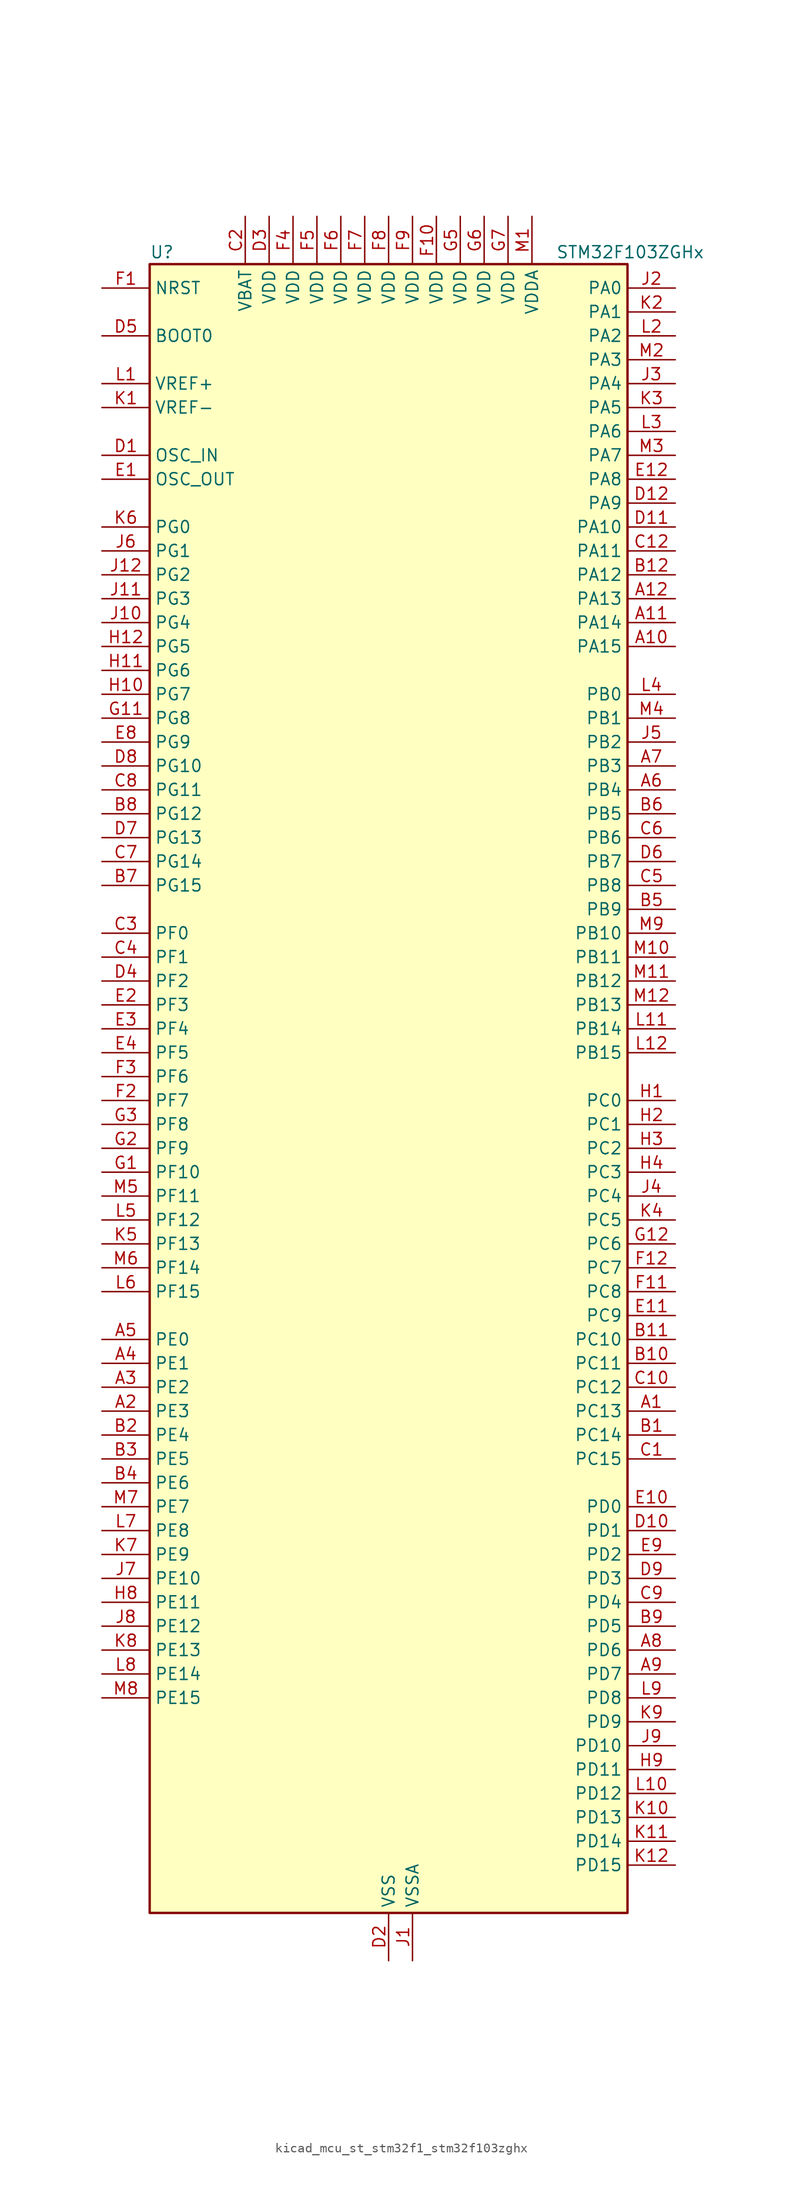
<source format=kicad_sym>
(kicad_symbol_lib
  (version 20220914)
  (generator kicad_symbol_editor)
  (symbol "kicad_mcu_st_stm32f1_stm32f103zghx"
    (property "Reference" "U"
      (at -25.4 90.17 0)
      (effects (font (size 1.27 1.27)) (justify left)))
    (property "Value" "STM32F103ZGHx"
      (at 17.78 90.17 0)
      (effects (font (size 1.27 1.27)) (justify left)))
    (property "ki_locked" ""
      (at 0 0 0)
      (effects (font (size 1.27 1.27))))
    (symbol "kicad_mcu_st_stm32f1_stm32f103zghx_0_1"
      (rectangle (start -25.4 -86.36) (end 25.4 88.9) (stroke (width 0.254) (type default)) (fill (type background))))
    (symbol "kicad_mcu_st_stm32f1_stm32f103zghx_1_1"
      (pin bidirectional line (at 30.48 -33.02 180) (length 5.08) (name "PC13" (effects (font (size 1.27 1.27)))) (number "A1" (effects (font (size 1.27 1.27)))) (alternate "RTC_OUT" bidirectional line) (alternate "RTC_TAMPER" bidirectional line))
      (pin bidirectional line (at 30.48 48.26 180) (length 5.08) (name "PA15" (effects (font (size 1.27 1.27)))) (number "A10" (effects (font (size 1.27 1.27)))) (alternate "ADC1_EXTI15" bidirectional line) (alternate "ADC2_EXTI15" bidirectional line) (alternate "I2S3_WS" bidirectional line) (alternate "SPI1_NSS" bidirectional line) (alternate "SPI3_NSS" bidirectional line) (alternate "SYS_JTDI" bidirectional line) (alternate "TIM2_CH1" bidirectional line) (alternate "TIM2_ETR" bidirectional line))
      (pin bidirectional line (at 30.48 50.8 180) (length 5.08) (name "PA14" (effects (font (size 1.27 1.27)))) (number "A11" (effects (font (size 1.27 1.27)))) (alternate "SYS_JTCK-SWCLK" bidirectional line))
      (pin bidirectional line (at 30.48 53.34 180) (length 5.08) (name "PA13" (effects (font (size 1.27 1.27)))) (number "A12" (effects (font (size 1.27 1.27)))) (alternate "SYS_JTMS-SWDIO" bidirectional line))
      (pin bidirectional line (at -30.48 -33.02 0) (length 5.08) (name "PE3" (effects (font (size 1.27 1.27)))) (number "A2" (effects (font (size 1.27 1.27)))) (alternate "FSMC_A19" bidirectional line) (alternate "SYS_TRACED0" bidirectional line))
      (pin bidirectional line (at -30.48 -30.48 0) (length 5.08) (name "PE2" (effects (font (size 1.27 1.27)))) (number "A3" (effects (font (size 1.27 1.27)))) (alternate "FSMC_A23" bidirectional line) (alternate "SYS_TRACECLK" bidirectional line))
      (pin bidirectional line (at -30.48 -27.94 0) (length 5.08) (name "PE1" (effects (font (size 1.27 1.27)))) (number "A4" (effects (font (size 1.27 1.27)))) (alternate "FSMC_NBL1" bidirectional line))
      (pin bidirectional line (at -30.48 -25.4 0) (length 5.08) (name "PE0" (effects (font (size 1.27 1.27)))) (number "A5" (effects (font (size 1.27 1.27)))) (alternate "FSMC_NBL0" bidirectional line) (alternate "TIM4_ETR" bidirectional line))
      (pin bidirectional line (at 30.48 33.02 180) (length 5.08) (name "PB4" (effects (font (size 1.27 1.27)))) (number "A6" (effects (font (size 1.27 1.27)))) (alternate "SPI1_MISO" bidirectional line) (alternate "SPI3_MISO" bidirectional line) (alternate "SYS_NJTRST" bidirectional line) (alternate "TIM3_CH1" bidirectional line))
      (pin bidirectional line (at 30.48 35.56 180) (length 5.08) (name "PB3" (effects (font (size 1.27 1.27)))) (number "A7" (effects (font (size 1.27 1.27)))) (alternate "I2S3_CK" bidirectional line) (alternate "SPI1_SCK" bidirectional line) (alternate "SPI3_SCK" bidirectional line) (alternate "SYS_JTDO-TRACESWO" bidirectional line) (alternate "TIM2_CH2" bidirectional line))
      (pin bidirectional line (at 30.48 -58.42 180) (length 5.08) (name "PD6" (effects (font (size 1.27 1.27)))) (number "A8" (effects (font (size 1.27 1.27)))) (alternate "FSMC_NWAIT" bidirectional line) (alternate "USART2_RX" bidirectional line))
      (pin bidirectional line (at 30.48 -60.96 180) (length 5.08) (name "PD7" (effects (font (size 1.27 1.27)))) (number "A9" (effects (font (size 1.27 1.27)))) (alternate "FSMC_NCE2" bidirectional line) (alternate "FSMC_NE1" bidirectional line) (alternate "USART2_CK" bidirectional line))
      (pin bidirectional line (at 30.48 -35.56 180) (length 5.08) (name "PC14" (effects (font (size 1.27 1.27)))) (number "B1" (effects (font (size 1.27 1.27)))) (alternate "RCC_OSC32_IN" bidirectional line))
      (pin bidirectional line (at 30.48 -27.94 180) (length 5.08) (name "PC11" (effects (font (size 1.27 1.27)))) (number "B10" (effects (font (size 1.27 1.27)))) (alternate "ADC1_EXTI11" bidirectional line) (alternate "ADC2_EXTI11" bidirectional line) (alternate "SDIO_D3" bidirectional line) (alternate "UART4_RX" bidirectional line) (alternate "USART3_RX" bidirectional line))
      (pin bidirectional line (at 30.48 -25.4 180) (length 5.08) (name "PC10" (effects (font (size 1.27 1.27)))) (number "B11" (effects (font (size 1.27 1.27)))) (alternate "SDIO_D2" bidirectional line) (alternate "UART4_TX" bidirectional line) (alternate "USART3_TX" bidirectional line))
      (pin bidirectional line (at 30.48 55.88 180) (length 5.08) (name "PA12" (effects (font (size 1.27 1.27)))) (number "B12" (effects (font (size 1.27 1.27)))) (alternate "CAN_TX" bidirectional line) (alternate "TIM1_ETR" bidirectional line) (alternate "USART1_RTS" bidirectional line) (alternate "USB_DP" bidirectional line))
      (pin bidirectional line (at -30.48 -35.56 0) (length 5.08) (name "PE4" (effects (font (size 1.27 1.27)))) (number "B2" (effects (font (size 1.27 1.27)))) (alternate "FSMC_A20" bidirectional line) (alternate "SYS_TRACED1" bidirectional line))
      (pin bidirectional line (at -30.48 -38.1 0) (length 5.08) (name "PE5" (effects (font (size 1.27 1.27)))) (number "B3" (effects (font (size 1.27 1.27)))) (alternate "FSMC_A21" bidirectional line) (alternate "SYS_TRACED2" bidirectional line) (alternate "TIM9_CH1" bidirectional line))
      (pin bidirectional line (at -30.48 -40.64 0) (length 5.08) (name "PE6" (effects (font (size 1.27 1.27)))) (number "B4" (effects (font (size 1.27 1.27)))) (alternate "FSMC_A22" bidirectional line) (alternate "SYS_TRACED3" bidirectional line) (alternate "TIM9_CH2" bidirectional line))
      (pin bidirectional line (at 30.48 20.32 180) (length 5.08) (name "PB9" (effects (font (size 1.27 1.27)))) (number "B5" (effects (font (size 1.27 1.27)))) (alternate "CAN_TX" bidirectional line) (alternate "DAC_EXTI9" bidirectional line) (alternate "I2C1_SDA" bidirectional line) (alternate "SDIO_D5" bidirectional line) (alternate "TIM11_CH1" bidirectional line) (alternate "TIM4_CH4" bidirectional line))
      (pin bidirectional line (at 30.48 30.48 180) (length 5.08) (name "PB5" (effects (font (size 1.27 1.27)))) (number "B6" (effects (font (size 1.27 1.27)))) (alternate "I2C1_SMBA" bidirectional line) (alternate "I2S3_SD" bidirectional line) (alternate "SPI1_MOSI" bidirectional line) (alternate "SPI3_MOSI" bidirectional line) (alternate "TIM3_CH2" bidirectional line))
      (pin bidirectional line (at -30.48 22.86 0) (length 5.08) (name "PG15" (effects (font (size 1.27 1.27)))) (number "B7" (effects (font (size 1.27 1.27)))) (alternate "ADC1_EXTI15" bidirectional line) (alternate "ADC2_EXTI15" bidirectional line))
      (pin bidirectional line (at -30.48 30.48 0) (length 5.08) (name "PG12" (effects (font (size 1.27 1.27)))) (number "B8" (effects (font (size 1.27 1.27)))) (alternate "FSMC_NE4" bidirectional line))
      (pin bidirectional line (at 30.48 -55.88 180) (length 5.08) (name "PD5" (effects (font (size 1.27 1.27)))) (number "B9" (effects (font (size 1.27 1.27)))) (alternate "FSMC_NWE" bidirectional line) (alternate "USART2_TX" bidirectional line))
      (pin bidirectional line (at 30.48 -38.1 180) (length 5.08) (name "PC15" (effects (font (size 1.27 1.27)))) (number "C1" (effects (font (size 1.27 1.27)))) (alternate "ADC1_EXTI15" bidirectional line) (alternate "ADC2_EXTI15" bidirectional line) (alternate "RCC_OSC32_OUT" bidirectional line))
      (pin bidirectional line (at 30.48 -30.48 180) (length 5.08) (name "PC12" (effects (font (size 1.27 1.27)))) (number "C10" (effects (font (size 1.27 1.27)))) (alternate "SDIO_CK" bidirectional line) (alternate "UART5_TX" bidirectional line) (alternate "USART3_CK" bidirectional line))
      (pin no_connect line (at -25.4 -86.36 0) (length 5.08) hide (name "NC" (effects (font (size 1.27 1.27)))) (number "C11" (effects (font (size 1.27 1.27)))))
      (pin bidirectional line (at 30.48 58.42 180) (length 5.08) (name "PA11" (effects (font (size 1.27 1.27)))) (number "C12" (effects (font (size 1.27 1.27)))) (alternate "ADC1_EXTI11" bidirectional line) (alternate "ADC2_EXTI11" bidirectional line) (alternate "CAN_RX" bidirectional line) (alternate "TIM1_CH4" bidirectional line) (alternate "USART1_CTS" bidirectional line) (alternate "USB_DM" bidirectional line))
      (pin power_in line (at -15.24 93.98 270) (length 5.08) (name "VBAT" (effects (font (size 1.27 1.27)))) (number "C2" (effects (font (size 1.27 1.27)))))
      (pin bidirectional line (at -30.48 17.78 0) (length 5.08) (name "PF0" (effects (font (size 1.27 1.27)))) (number "C3" (effects (font (size 1.27 1.27)))) (alternate "FSMC_A0" bidirectional line))
      (pin bidirectional line (at -30.48 15.24 0) (length 5.08) (name "PF1" (effects (font (size 1.27 1.27)))) (number "C4" (effects (font (size 1.27 1.27)))) (alternate "FSMC_A1" bidirectional line))
      (pin bidirectional line (at 30.48 22.86 180) (length 5.08) (name "PB8" (effects (font (size 1.27 1.27)))) (number "C5" (effects (font (size 1.27 1.27)))) (alternate "CAN_RX" bidirectional line) (alternate "I2C1_SCL" bidirectional line) (alternate "SDIO_D4" bidirectional line) (alternate "TIM10_CH1" bidirectional line) (alternate "TIM4_CH3" bidirectional line))
      (pin bidirectional line (at 30.48 27.94 180) (length 5.08) (name "PB6" (effects (font (size 1.27 1.27)))) (number "C6" (effects (font (size 1.27 1.27)))) (alternate "I2C1_SCL" bidirectional line) (alternate "TIM4_CH1" bidirectional line) (alternate "USART1_TX" bidirectional line))
      (pin bidirectional line (at -30.48 25.4 0) (length 5.08) (name "PG14" (effects (font (size 1.27 1.27)))) (number "C7" (effects (font (size 1.27 1.27)))) (alternate "FSMC_A25" bidirectional line))
      (pin bidirectional line (at -30.48 33.02 0) (length 5.08) (name "PG11" (effects (font (size 1.27 1.27)))) (number "C8" (effects (font (size 1.27 1.27)))) (alternate "ADC1_EXTI11" bidirectional line) (alternate "ADC2_EXTI11" bidirectional line) (alternate "FSMC_NCE4_2" bidirectional line))
      (pin bidirectional line (at 30.48 -53.34 180) (length 5.08) (name "PD4" (effects (font (size 1.27 1.27)))) (number "C9" (effects (font (size 1.27 1.27)))) (alternate "FSMC_NOE" bidirectional line) (alternate "USART2_RTS" bidirectional line))
      (pin input line (at -30.48 68.58 0) (length 5.08) (name "OSC_IN" (effects (font (size 1.27 1.27)))) (number "D1" (effects (font (size 1.27 1.27)))) (alternate "RCC_OSC_IN" bidirectional line))
      (pin bidirectional line (at 30.48 -45.72 180) (length 5.08) (name "PD1" (effects (font (size 1.27 1.27)))) (number "D10" (effects (font (size 1.27 1.27)))) (alternate "CAN_TX" bidirectional line) (alternate "FSMC_D3" bidirectional line) (alternate "FSMC_DA3" bidirectional line))
      (pin bidirectional line (at 30.48 60.96 180) (length 5.08) (name "PA10" (effects (font (size 1.27 1.27)))) (number "D11" (effects (font (size 1.27 1.27)))) (alternate "TIM1_CH3" bidirectional line) (alternate "USART1_RX" bidirectional line))
      (pin bidirectional line (at 30.48 63.5 180) (length 5.08) (name "PA9" (effects (font (size 1.27 1.27)))) (number "D12" (effects (font (size 1.27 1.27)))) (alternate "DAC_EXTI9" bidirectional line) (alternate "TIM1_CH2" bidirectional line) (alternate "USART1_TX" bidirectional line))
      (pin power_in line (at 0 -91.44 90) (length 5.08) (name "VSS" (effects (font (size 1.27 1.27)))) (number "D2" (effects (font (size 1.27 1.27)))))
      (pin power_in line (at -12.7 93.98 270) (length 5.08) (name "VDD" (effects (font (size 1.27 1.27)))) (number "D3" (effects (font (size 1.27 1.27)))))
      (pin bidirectional line (at -30.48 12.7 0) (length 5.08) (name "PF2" (effects (font (size 1.27 1.27)))) (number "D4" (effects (font (size 1.27 1.27)))) (alternate "FSMC_A2" bidirectional line))
      (pin input line (at -30.48 81.28 0) (length 5.08) (name "BOOT0" (effects (font (size 1.27 1.27)))) (number "D5" (effects (font (size 1.27 1.27)))))
      (pin bidirectional line (at 30.48 25.4 180) (length 5.08) (name "PB7" (effects (font (size 1.27 1.27)))) (number "D6" (effects (font (size 1.27 1.27)))) (alternate "FSMC_NL" bidirectional line) (alternate "I2C1_SDA" bidirectional line) (alternate "TIM4_CH2" bidirectional line) (alternate "USART1_RX" bidirectional line))
      (pin bidirectional line (at -30.48 27.94 0) (length 5.08) (name "PG13" (effects (font (size 1.27 1.27)))) (number "D7" (effects (font (size 1.27 1.27)))) (alternate "FSMC_A24" bidirectional line))
      (pin bidirectional line (at -30.48 35.56 0) (length 5.08) (name "PG10" (effects (font (size 1.27 1.27)))) (number "D8" (effects (font (size 1.27 1.27)))) (alternate "FSMC_NCE4_1" bidirectional line) (alternate "FSMC_NE3" bidirectional line))
      (pin bidirectional line (at 30.48 -50.8 180) (length 5.08) (name "PD3" (effects (font (size 1.27 1.27)))) (number "D9" (effects (font (size 1.27 1.27)))) (alternate "FSMC_CLK" bidirectional line) (alternate "USART2_CTS" bidirectional line))
      (pin input line (at -30.48 66.04 0) (length 5.08) (name "OSC_OUT" (effects (font (size 1.27 1.27)))) (number "E1" (effects (font (size 1.27 1.27)))) (alternate "RCC_OSC_OUT" bidirectional line))
      (pin bidirectional line (at 30.48 -43.18 180) (length 5.08) (name "PD0" (effects (font (size 1.27 1.27)))) (number "E10" (effects (font (size 1.27 1.27)))) (alternate "CAN_RX" bidirectional line) (alternate "FSMC_D2" bidirectional line) (alternate "FSMC_DA2" bidirectional line))
      (pin bidirectional line (at 30.48 -22.86 180) (length 5.08) (name "PC9" (effects (font (size 1.27 1.27)))) (number "E11" (effects (font (size 1.27 1.27)))) (alternate "DAC_EXTI9" bidirectional line) (alternate "SDIO_D1" bidirectional line) (alternate "TIM3_CH4" bidirectional line) (alternate "TIM8_CH4" bidirectional line))
      (pin bidirectional line (at 30.48 66.04 180) (length 5.08) (name "PA8" (effects (font (size 1.27 1.27)))) (number "E12" (effects (font (size 1.27 1.27)))) (alternate "RCC_MCO" bidirectional line) (alternate "TIM1_CH1" bidirectional line) (alternate "USART1_CK" bidirectional line))
      (pin bidirectional line (at -30.48 10.16 0) (length 5.08) (name "PF3" (effects (font (size 1.27 1.27)))) (number "E2" (effects (font (size 1.27 1.27)))) (alternate "FSMC_A3" bidirectional line))
      (pin bidirectional line (at -30.48 7.62 0) (length 5.08) (name "PF4" (effects (font (size 1.27 1.27)))) (number "E3" (effects (font (size 1.27 1.27)))) (alternate "FSMC_A4" bidirectional line))
      (pin bidirectional line (at -30.48 5.08 0) (length 5.08) (name "PF5" (effects (font (size 1.27 1.27)))) (number "E4" (effects (font (size 1.27 1.27)))) (alternate "FSMC_A5" bidirectional line))
      (pin passive line (at 0 -91.44 90) (length 5.08) hide (name "VSS" (effects (font (size 1.27 1.27)))) (number "E5" (effects (font (size 1.27 1.27)))))
      (pin passive line (at 0 -91.44 90) (length 5.08) hide (name "VSS" (effects (font (size 1.27 1.27)))) (number "E6" (effects (font (size 1.27 1.27)))))
      (pin passive line (at 0 -91.44 90) (length 5.08) hide (name "VSS" (effects (font (size 1.27 1.27)))) (number "E7" (effects (font (size 1.27 1.27)))))
      (pin bidirectional line (at -30.48 38.1 0) (length 5.08) (name "PG9" (effects (font (size 1.27 1.27)))) (number "E8" (effects (font (size 1.27 1.27)))) (alternate "DAC_EXTI9" bidirectional line) (alternate "FSMC_NCE3" bidirectional line) (alternate "FSMC_NE2" bidirectional line))
      (pin bidirectional line (at 30.48 -48.26 180) (length 5.08) (name "PD2" (effects (font (size 1.27 1.27)))) (number "E9" (effects (font (size 1.27 1.27)))) (alternate "SDIO_CMD" bidirectional line) (alternate "TIM3_ETR" bidirectional line) (alternate "UART5_RX" bidirectional line))
      (pin input line (at -30.48 86.36 0) (length 5.08) (name "NRST" (effects (font (size 1.27 1.27)))) (number "F1" (effects (font (size 1.27 1.27)))))
      (pin power_in line (at 5.08 93.98 270) (length 5.08) (name "VDD" (effects (font (size 1.27 1.27)))) (number "F10" (effects (font (size 1.27 1.27)))))
      (pin bidirectional line (at 30.48 -20.32 180) (length 5.08) (name "PC8" (effects (font (size 1.27 1.27)))) (number "F11" (effects (font (size 1.27 1.27)))) (alternate "SDIO_D0" bidirectional line) (alternate "TIM3_CH3" bidirectional line) (alternate "TIM8_CH3" bidirectional line))
      (pin bidirectional line (at 30.48 -17.78 180) (length 5.08) (name "PC7" (effects (font (size 1.27 1.27)))) (number "F12" (effects (font (size 1.27 1.27)))) (alternate "I2S3_MCK" bidirectional line) (alternate "SDIO_D7" bidirectional line) (alternate "TIM3_CH2" bidirectional line) (alternate "TIM8_CH2" bidirectional line))
      (pin bidirectional line (at -30.48 0 0) (length 5.08) (name "PF7" (effects (font (size 1.27 1.27)))) (number "F2" (effects (font (size 1.27 1.27)))) (alternate "ADC3_IN5" bidirectional line) (alternate "FSMC_NREG" bidirectional line) (alternate "TIM11_CH1" bidirectional line))
      (pin bidirectional line (at -30.48 2.54 0) (length 5.08) (name "PF6" (effects (font (size 1.27 1.27)))) (number "F3" (effects (font (size 1.27 1.27)))) (alternate "ADC3_IN4" bidirectional line) (alternate "FSMC_NIORD" bidirectional line) (alternate "TIM10_CH1" bidirectional line))
      (pin power_in line (at -10.16 93.98 270) (length 5.08) (name "VDD" (effects (font (size 1.27 1.27)))) (number "F4" (effects (font (size 1.27 1.27)))))
      (pin power_in line (at -7.62 93.98 270) (length 5.08) (name "VDD" (effects (font (size 1.27 1.27)))) (number "F5" (effects (font (size 1.27 1.27)))))
      (pin power_in line (at -5.08 93.98 270) (length 5.08) (name "VDD" (effects (font (size 1.27 1.27)))) (number "F6" (effects (font (size 1.27 1.27)))))
      (pin power_in line (at -2.54 93.98 270) (length 5.08) (name "VDD" (effects (font (size 1.27 1.27)))) (number "F7" (effects (font (size 1.27 1.27)))))
      (pin power_in line (at 0 93.98 270) (length 5.08) (name "VDD" (effects (font (size 1.27 1.27)))) (number "F8" (effects (font (size 1.27 1.27)))))
      (pin power_in line (at 2.54 93.98 270) (length 5.08) (name "VDD" (effects (font (size 1.27 1.27)))) (number "F9" (effects (font (size 1.27 1.27)))))
      (pin bidirectional line (at -30.48 -7.62 0) (length 5.08) (name "PF10" (effects (font (size 1.27 1.27)))) (number "G1" (effects (font (size 1.27 1.27)))) (alternate "ADC3_IN8" bidirectional line) (alternate "FSMC_INTR" bidirectional line))
      (pin passive line (at 0 -91.44 90) (length 5.08) hide (name "VSS" (effects (font (size 1.27 1.27)))) (number "G10" (effects (font (size 1.27 1.27)))))
      (pin bidirectional line (at -30.48 40.64 0) (length 5.08) (name "PG8" (effects (font (size 1.27 1.27)))) (number "G11" (effects (font (size 1.27 1.27)))))
      (pin bidirectional line (at 30.48 -15.24 180) (length 5.08) (name "PC6" (effects (font (size 1.27 1.27)))) (number "G12" (effects (font (size 1.27 1.27)))) (alternate "I2S2_MCK" bidirectional line) (alternate "SDIO_D6" bidirectional line) (alternate "TIM3_CH1" bidirectional line) (alternate "TIM8_CH1" bidirectional line))
      (pin bidirectional line (at -30.48 -5.08 0) (length 5.08) (name "PF9" (effects (font (size 1.27 1.27)))) (number "G2" (effects (font (size 1.27 1.27)))) (alternate "ADC3_IN7" bidirectional line) (alternate "DAC_EXTI9" bidirectional line) (alternate "FSMC_CD" bidirectional line) (alternate "TIM14_CH1" bidirectional line))
      (pin bidirectional line (at -30.48 -2.54 0) (length 5.08) (name "PF8" (effects (font (size 1.27 1.27)))) (number "G3" (effects (font (size 1.27 1.27)))) (alternate "ADC3_IN6" bidirectional line) (alternate "FSMC_NIOWR" bidirectional line) (alternate "TIM13_CH1" bidirectional line))
      (pin passive line (at 0 -91.44 90) (length 5.08) hide (name "VSS" (effects (font (size 1.27 1.27)))) (number "G4" (effects (font (size 1.27 1.27)))))
      (pin power_in line (at 7.62 93.98 270) (length 5.08) (name "VDD" (effects (font (size 1.27 1.27)))) (number "G5" (effects (font (size 1.27 1.27)))))
      (pin power_in line (at 10.16 93.98 270) (length 5.08) (name "VDD" (effects (font (size 1.27 1.27)))) (number "G6" (effects (font (size 1.27 1.27)))))
      (pin power_in line (at 12.7 93.98 270) (length 5.08) (name "VDD" (effects (font (size 1.27 1.27)))) (number "G7" (effects (font (size 1.27 1.27)))))
      (pin passive line (at 0 -91.44 90) (length 5.08) hide (name "VSS" (effects (font (size 1.27 1.27)))) (number "G8" (effects (font (size 1.27 1.27)))))
      (pin passive line (at 0 -91.44 90) (length 5.08) hide (name "VSS" (effects (font (size 1.27 1.27)))) (number "G9" (effects (font (size 1.27 1.27)))))
      (pin bidirectional line (at 30.48 0 180) (length 5.08) (name "PC0" (effects (font (size 1.27 1.27)))) (number "H1" (effects (font (size 1.27 1.27)))) (alternate "ADC1_IN10" bidirectional line) (alternate "ADC2_IN10" bidirectional line) (alternate "ADC3_IN10" bidirectional line))
      (pin bidirectional line (at -30.48 43.18 0) (length 5.08) (name "PG7" (effects (font (size 1.27 1.27)))) (number "H10" (effects (font (size 1.27 1.27)))) (alternate "FSMC_INT3" bidirectional line))
      (pin bidirectional line (at -30.48 45.72 0) (length 5.08) (name "PG6" (effects (font (size 1.27 1.27)))) (number "H11" (effects (font (size 1.27 1.27)))) (alternate "FSMC_INT2" bidirectional line))
      (pin bidirectional line (at -30.48 48.26 0) (length 5.08) (name "PG5" (effects (font (size 1.27 1.27)))) (number "H12" (effects (font (size 1.27 1.27)))) (alternate "FSMC_A15" bidirectional line))
      (pin bidirectional line (at 30.48 -2.54 180) (length 5.08) (name "PC1" (effects (font (size 1.27 1.27)))) (number "H2" (effects (font (size 1.27 1.27)))) (alternate "ADC1_IN11" bidirectional line) (alternate "ADC2_IN11" bidirectional line) (alternate "ADC3_IN11" bidirectional line))
      (pin bidirectional line (at 30.48 -5.08 180) (length 5.08) (name "PC2" (effects (font (size 1.27 1.27)))) (number "H3" (effects (font (size 1.27 1.27)))) (alternate "ADC1_IN12" bidirectional line) (alternate "ADC2_IN12" bidirectional line) (alternate "ADC3_IN12" bidirectional line))
      (pin bidirectional line (at 30.48 -7.62 180) (length 5.08) (name "PC3" (effects (font (size 1.27 1.27)))) (number "H4" (effects (font (size 1.27 1.27)))) (alternate "ADC1_IN13" bidirectional line) (alternate "ADC2_IN13" bidirectional line) (alternate "ADC3_IN13" bidirectional line))
      (pin passive line (at 0 -91.44 90) (length 5.08) hide (name "VSS" (effects (font (size 1.27 1.27)))) (number "H5" (effects (font (size 1.27 1.27)))))
      (pin passive line (at 0 -91.44 90) (length 5.08) hide (name "VSS" (effects (font (size 1.27 1.27)))) (number "H6" (effects (font (size 1.27 1.27)))))
      (pin passive line (at 0 -91.44 90) (length 5.08) hide (name "VSS" (effects (font (size 1.27 1.27)))) (number "H7" (effects (font (size 1.27 1.27)))))
      (pin bidirectional line (at -30.48 -53.34 0) (length 5.08) (name "PE11" (effects (font (size 1.27 1.27)))) (number "H8" (effects (font (size 1.27 1.27)))) (alternate "ADC1_EXTI11" bidirectional line) (alternate "ADC2_EXTI11" bidirectional line) (alternate "FSMC_D8" bidirectional line) (alternate "FSMC_DA8" bidirectional line) (alternate "TIM1_CH2" bidirectional line))
      (pin bidirectional line (at 30.48 -71.12 180) (length 5.08) (name "PD11" (effects (font (size 1.27 1.27)))) (number "H9" (effects (font (size 1.27 1.27)))) (alternate "ADC1_EXTI11" bidirectional line) (alternate "ADC2_EXTI11" bidirectional line) (alternate "FSMC_A16" bidirectional line) (alternate "FSMC_CLE" bidirectional line) (alternate "USART3_CTS" bidirectional line))
      (pin power_in line (at 2.54 -91.44 90) (length 5.08) (name "VSSA" (effects (font (size 1.27 1.27)))) (number "J1" (effects (font (size 1.27 1.27)))))
      (pin bidirectional line (at -30.48 50.8 0) (length 5.08) (name "PG4" (effects (font (size 1.27 1.27)))) (number "J10" (effects (font (size 1.27 1.27)))) (alternate "FSMC_A14" bidirectional line))
      (pin bidirectional line (at -30.48 53.34 0) (length 5.08) (name "PG3" (effects (font (size 1.27 1.27)))) (number "J11" (effects (font (size 1.27 1.27)))) (alternate "FSMC_A13" bidirectional line))
      (pin bidirectional line (at -30.48 55.88 0) (length 5.08) (name "PG2" (effects (font (size 1.27 1.27)))) (number "J12" (effects (font (size 1.27 1.27)))) (alternate "FSMC_A12" bidirectional line))
      (pin bidirectional line (at 30.48 86.36 180) (length 5.08) (name "PA0" (effects (font (size 1.27 1.27)))) (number "J2" (effects (font (size 1.27 1.27)))) (alternate "ADC1_IN0" bidirectional line) (alternate "ADC2_IN0" bidirectional line) (alternate "ADC3_IN0" bidirectional line) (alternate "SYS_WKUP" bidirectional line) (alternate "TIM2_CH1" bidirectional line) (alternate "TIM2_ETR" bidirectional line) (alternate "TIM5_CH1" bidirectional line) (alternate "TIM8_ETR" bidirectional line) (alternate "USART2_CTS" bidirectional line))
      (pin bidirectional line (at 30.48 76.2 180) (length 5.08) (name "PA4" (effects (font (size 1.27 1.27)))) (number "J3" (effects (font (size 1.27 1.27)))) (alternate "ADC1_IN4" bidirectional line) (alternate "ADC2_IN4" bidirectional line) (alternate "DAC_OUT1" bidirectional line) (alternate "SPI1_NSS" bidirectional line) (alternate "USART2_CK" bidirectional line))
      (pin bidirectional line (at 30.48 -10.16 180) (length 5.08) (name "PC4" (effects (font (size 1.27 1.27)))) (number "J4" (effects (font (size 1.27 1.27)))) (alternate "ADC1_IN14" bidirectional line) (alternate "ADC2_IN14" bidirectional line))
      (pin bidirectional line (at 30.48 38.1 180) (length 5.08) (name "PB2" (effects (font (size 1.27 1.27)))) (number "J5" (effects (font (size 1.27 1.27)))))
      (pin bidirectional line (at -30.48 58.42 0) (length 5.08) (name "PG1" (effects (font (size 1.27 1.27)))) (number "J6" (effects (font (size 1.27 1.27)))) (alternate "FSMC_A11" bidirectional line))
      (pin bidirectional line (at -30.48 -50.8 0) (length 5.08) (name "PE10" (effects (font (size 1.27 1.27)))) (number "J7" (effects (font (size 1.27 1.27)))) (alternate "FSMC_D7" bidirectional line) (alternate "FSMC_DA7" bidirectional line) (alternate "TIM1_CH2N" bidirectional line))
      (pin bidirectional line (at -30.48 -55.88 0) (length 5.08) (name "PE12" (effects (font (size 1.27 1.27)))) (number "J8" (effects (font (size 1.27 1.27)))) (alternate "FSMC_D9" bidirectional line) (alternate "FSMC_DA9" bidirectional line) (alternate "TIM1_CH3N" bidirectional line))
      (pin bidirectional line (at 30.48 -68.58 180) (length 5.08) (name "PD10" (effects (font (size 1.27 1.27)))) (number "J9" (effects (font (size 1.27 1.27)))) (alternate "FSMC_D15" bidirectional line) (alternate "FSMC_DA15" bidirectional line) (alternate "USART3_CK" bidirectional line))
      (pin input line (at -30.48 73.66 0) (length 5.08) (name "VREF-" (effects (font (size 1.27 1.27)))) (number "K1" (effects (font (size 1.27 1.27)))))
      (pin bidirectional line (at 30.48 -76.2 180) (length 5.08) (name "PD13" (effects (font (size 1.27 1.27)))) (number "K10" (effects (font (size 1.27 1.27)))) (alternate "FSMC_A18" bidirectional line) (alternate "TIM4_CH2" bidirectional line))
      (pin bidirectional line (at 30.48 -78.74 180) (length 5.08) (name "PD14" (effects (font (size 1.27 1.27)))) (number "K11" (effects (font (size 1.27 1.27)))) (alternate "FSMC_D0" bidirectional line) (alternate "FSMC_DA0" bidirectional line) (alternate "TIM4_CH3" bidirectional line))
      (pin bidirectional line (at 30.48 -81.28 180) (length 5.08) (name "PD15" (effects (font (size 1.27 1.27)))) (number "K12" (effects (font (size 1.27 1.27)))) (alternate "ADC1_EXTI15" bidirectional line) (alternate "ADC2_EXTI15" bidirectional line) (alternate "FSMC_D1" bidirectional line) (alternate "FSMC_DA1" bidirectional line) (alternate "TIM4_CH4" bidirectional line))
      (pin bidirectional line (at 30.48 83.82 180) (length 5.08) (name "PA1" (effects (font (size 1.27 1.27)))) (number "K2" (effects (font (size 1.27 1.27)))) (alternate "ADC1_IN1" bidirectional line) (alternate "ADC2_IN1" bidirectional line) (alternate "ADC3_IN1" bidirectional line) (alternate "TIM2_CH2" bidirectional line) (alternate "TIM5_CH2" bidirectional line) (alternate "USART2_RTS" bidirectional line))
      (pin bidirectional line (at 30.48 73.66 180) (length 5.08) (name "PA5" (effects (font (size 1.27 1.27)))) (number "K3" (effects (font (size 1.27 1.27)))) (alternate "ADC1_IN5" bidirectional line) (alternate "ADC2_IN5" bidirectional line) (alternate "DAC_OUT2" bidirectional line) (alternate "SPI1_SCK" bidirectional line))
      (pin bidirectional line (at 30.48 -12.7 180) (length 5.08) (name "PC5" (effects (font (size 1.27 1.27)))) (number "K4" (effects (font (size 1.27 1.27)))) (alternate "ADC1_IN15" bidirectional line) (alternate "ADC2_IN15" bidirectional line))
      (pin bidirectional line (at -30.48 -15.24 0) (length 5.08) (name "PF13" (effects (font (size 1.27 1.27)))) (number "K5" (effects (font (size 1.27 1.27)))) (alternate "FSMC_A7" bidirectional line))
      (pin bidirectional line (at -30.48 60.96 0) (length 5.08) (name "PG0" (effects (font (size 1.27 1.27)))) (number "K6" (effects (font (size 1.27 1.27)))) (alternate "FSMC_A10" bidirectional line))
      (pin bidirectional line (at -30.48 -48.26 0) (length 5.08) (name "PE9" (effects (font (size 1.27 1.27)))) (number "K7" (effects (font (size 1.27 1.27)))) (alternate "DAC_EXTI9" bidirectional line) (alternate "FSMC_D6" bidirectional line) (alternate "FSMC_DA6" bidirectional line) (alternate "TIM1_CH1" bidirectional line))
      (pin bidirectional line (at -30.48 -58.42 0) (length 5.08) (name "PE13" (effects (font (size 1.27 1.27)))) (number "K8" (effects (font (size 1.27 1.27)))) (alternate "FSMC_D10" bidirectional line) (alternate "FSMC_DA10" bidirectional line) (alternate "TIM1_CH3" bidirectional line))
      (pin bidirectional line (at 30.48 -66.04 180) (length 5.08) (name "PD9" (effects (font (size 1.27 1.27)))) (number "K9" (effects (font (size 1.27 1.27)))) (alternate "DAC_EXTI9" bidirectional line) (alternate "FSMC_D14" bidirectional line) (alternate "FSMC_DA14" bidirectional line) (alternate "USART3_RX" bidirectional line))
      (pin input line (at -30.48 76.2 0) (length 5.08) (name "VREF+" (effects (font (size 1.27 1.27)))) (number "L1" (effects (font (size 1.27 1.27)))))
      (pin bidirectional line (at 30.48 -73.66 180) (length 5.08) (name "PD12" (effects (font (size 1.27 1.27)))) (number "L10" (effects (font (size 1.27 1.27)))) (alternate "FSMC_A17" bidirectional line) (alternate "FSMC_ALE" bidirectional line) (alternate "TIM4_CH1" bidirectional line) (alternate "USART3_RTS" bidirectional line))
      (pin bidirectional line (at 30.48 7.62 180) (length 5.08) (name "PB14" (effects (font (size 1.27 1.27)))) (number "L11" (effects (font (size 1.27 1.27)))) (alternate "SPI2_MISO" bidirectional line) (alternate "TIM12_CH1" bidirectional line) (alternate "TIM1_CH2N" bidirectional line) (alternate "USART3_RTS" bidirectional line))
      (pin bidirectional line (at 30.48 5.08 180) (length 5.08) (name "PB15" (effects (font (size 1.27 1.27)))) (number "L12" (effects (font (size 1.27 1.27)))) (alternate "ADC1_EXTI15" bidirectional line) (alternate "ADC2_EXTI15" bidirectional line) (alternate "I2S2_SD" bidirectional line) (alternate "SPI2_MOSI" bidirectional line) (alternate "TIM12_CH2" bidirectional line) (alternate "TIM1_CH3N" bidirectional line))
      (pin bidirectional line (at 30.48 81.28 180) (length 5.08) (name "PA2" (effects (font (size 1.27 1.27)))) (number "L2" (effects (font (size 1.27 1.27)))) (alternate "ADC1_IN2" bidirectional line) (alternate "ADC2_IN2" bidirectional line) (alternate "ADC3_IN2" bidirectional line) (alternate "TIM2_CH3" bidirectional line) (alternate "TIM5_CH3" bidirectional line) (alternate "TIM9_CH1" bidirectional line) (alternate "USART2_TX" bidirectional line))
      (pin bidirectional line (at 30.48 71.12 180) (length 5.08) (name "PA6" (effects (font (size 1.27 1.27)))) (number "L3" (effects (font (size 1.27 1.27)))) (alternate "ADC1_IN6" bidirectional line) (alternate "ADC2_IN6" bidirectional line) (alternate "SPI1_MISO" bidirectional line) (alternate "TIM13_CH1" bidirectional line) (alternate "TIM1_BKIN" bidirectional line) (alternate "TIM3_CH1" bidirectional line) (alternate "TIM8_BKIN" bidirectional line))
      (pin bidirectional line (at 30.48 43.18 180) (length 5.08) (name "PB0" (effects (font (size 1.27 1.27)))) (number "L4" (effects (font (size 1.27 1.27)))) (alternate "ADC1_IN8" bidirectional line) (alternate "ADC2_IN8" bidirectional line) (alternate "TIM1_CH2N" bidirectional line) (alternate "TIM3_CH3" bidirectional line) (alternate "TIM8_CH2N" bidirectional line))
      (pin bidirectional line (at -30.48 -12.7 0) (length 5.08) (name "PF12" (effects (font (size 1.27 1.27)))) (number "L5" (effects (font (size 1.27 1.27)))) (alternate "FSMC_A6" bidirectional line))
      (pin bidirectional line (at -30.48 -20.32 0) (length 5.08) (name "PF15" (effects (font (size 1.27 1.27)))) (number "L6" (effects (font (size 1.27 1.27)))) (alternate "ADC1_EXTI15" bidirectional line) (alternate "ADC2_EXTI15" bidirectional line) (alternate "FSMC_A9" bidirectional line))
      (pin bidirectional line (at -30.48 -45.72 0) (length 5.08) (name "PE8" (effects (font (size 1.27 1.27)))) (number "L7" (effects (font (size 1.27 1.27)))) (alternate "FSMC_D5" bidirectional line) (alternate "FSMC_DA5" bidirectional line) (alternate "TIM1_CH1N" bidirectional line))
      (pin bidirectional line (at -30.48 -60.96 0) (length 5.08) (name "PE14" (effects (font (size 1.27 1.27)))) (number "L8" (effects (font (size 1.27 1.27)))) (alternate "FSMC_D11" bidirectional line) (alternate "FSMC_DA11" bidirectional line) (alternate "TIM1_CH4" bidirectional line))
      (pin bidirectional line (at 30.48 -63.5 180) (length 5.08) (name "PD8" (effects (font (size 1.27 1.27)))) (number "L9" (effects (font (size 1.27 1.27)))) (alternate "FSMC_D13" bidirectional line) (alternate "FSMC_DA13" bidirectional line) (alternate "USART3_TX" bidirectional line))
      (pin power_in line (at 15.24 93.98 270) (length 5.08) (name "VDDA" (effects (font (size 1.27 1.27)))) (number "M1" (effects (font (size 1.27 1.27)))))
      (pin bidirectional line (at 30.48 15.24 180) (length 5.08) (name "PB11" (effects (font (size 1.27 1.27)))) (number "M10" (effects (font (size 1.27 1.27)))) (alternate "ADC1_EXTI11" bidirectional line) (alternate "ADC2_EXTI11" bidirectional line) (alternate "I2C2_SDA" bidirectional line) (alternate "TIM2_CH4" bidirectional line) (alternate "USART3_RX" bidirectional line))
      (pin bidirectional line (at 30.48 12.7 180) (length 5.08) (name "PB12" (effects (font (size 1.27 1.27)))) (number "M11" (effects (font (size 1.27 1.27)))) (alternate "I2C2_SMBA" bidirectional line) (alternate "I2S2_WS" bidirectional line) (alternate "SPI2_NSS" bidirectional line) (alternate "TIM1_BKIN" bidirectional line) (alternate "USART3_CK" bidirectional line))
      (pin bidirectional line (at 30.48 10.16 180) (length 5.08) (name "PB13" (effects (font (size 1.27 1.27)))) (number "M12" (effects (font (size 1.27 1.27)))) (alternate "I2S2_CK" bidirectional line) (alternate "SPI2_SCK" bidirectional line) (alternate "TIM1_CH1N" bidirectional line) (alternate "USART3_CTS" bidirectional line))
      (pin bidirectional line (at 30.48 78.74 180) (length 5.08) (name "PA3" (effects (font (size 1.27 1.27)))) (number "M2" (effects (font (size 1.27 1.27)))) (alternate "ADC1_IN3" bidirectional line) (alternate "ADC2_IN3" bidirectional line) (alternate "ADC3_IN3" bidirectional line) (alternate "TIM2_CH4" bidirectional line) (alternate "TIM5_CH4" bidirectional line) (alternate "TIM9_CH2" bidirectional line) (alternate "USART2_RX" bidirectional line))
      (pin bidirectional line (at 30.48 68.58 180) (length 5.08) (name "PA7" (effects (font (size 1.27 1.27)))) (number "M3" (effects (font (size 1.27 1.27)))) (alternate "ADC1_IN7" bidirectional line) (alternate "ADC2_IN7" bidirectional line) (alternate "SPI1_MOSI" bidirectional line) (alternate "TIM14_CH1" bidirectional line) (alternate "TIM1_CH1N" bidirectional line) (alternate "TIM3_CH2" bidirectional line) (alternate "TIM8_CH1N" bidirectional line))
      (pin bidirectional line (at 30.48 40.64 180) (length 5.08) (name "PB1" (effects (font (size 1.27 1.27)))) (number "M4" (effects (font (size 1.27 1.27)))) (alternate "ADC1_IN9" bidirectional line) (alternate "ADC2_IN9" bidirectional line) (alternate "TIM1_CH3N" bidirectional line) (alternate "TIM3_CH4" bidirectional line) (alternate "TIM8_CH3N" bidirectional line))
      (pin bidirectional line (at -30.48 -10.16 0) (length 5.08) (name "PF11" (effects (font (size 1.27 1.27)))) (number "M5" (effects (font (size 1.27 1.27)))) (alternate "ADC1_EXTI11" bidirectional line) (alternate "ADC2_EXTI11" bidirectional line) (alternate "FSMC_NIOS16" bidirectional line))
      (pin bidirectional line (at -30.48 -17.78 0) (length 5.08) (name "PF14" (effects (font (size 1.27 1.27)))) (number "M6" (effects (font (size 1.27 1.27)))) (alternate "FSMC_A8" bidirectional line))
      (pin bidirectional line (at -30.48 -43.18 0) (length 5.08) (name "PE7" (effects (font (size 1.27 1.27)))) (number "M7" (effects (font (size 1.27 1.27)))) (alternate "FSMC_D4" bidirectional line) (alternate "FSMC_DA4" bidirectional line) (alternate "TIM1_ETR" bidirectional line))
      (pin bidirectional line (at -30.48 -63.5 0) (length 5.08) (name "PE15" (effects (font (size 1.27 1.27)))) (number "M8" (effects (font (size 1.27 1.27)))) (alternate "ADC1_EXTI15" bidirectional line) (alternate "ADC2_EXTI15" bidirectional line) (alternate "FSMC_D12" bidirectional line) (alternate "FSMC_DA12" bidirectional line) (alternate "TIM1_BKIN" bidirectional line))
      (pin bidirectional line (at 30.48 17.78 180) (length 5.08) (name "PB10" (effects (font (size 1.27 1.27)))) (number "M9" (effects (font (size 1.27 1.27)))) (alternate "I2C2_SCL" bidirectional line) (alternate "TIM2_CH3" bidirectional line) (alternate "USART3_TX" bidirectional line)))))
</source>
